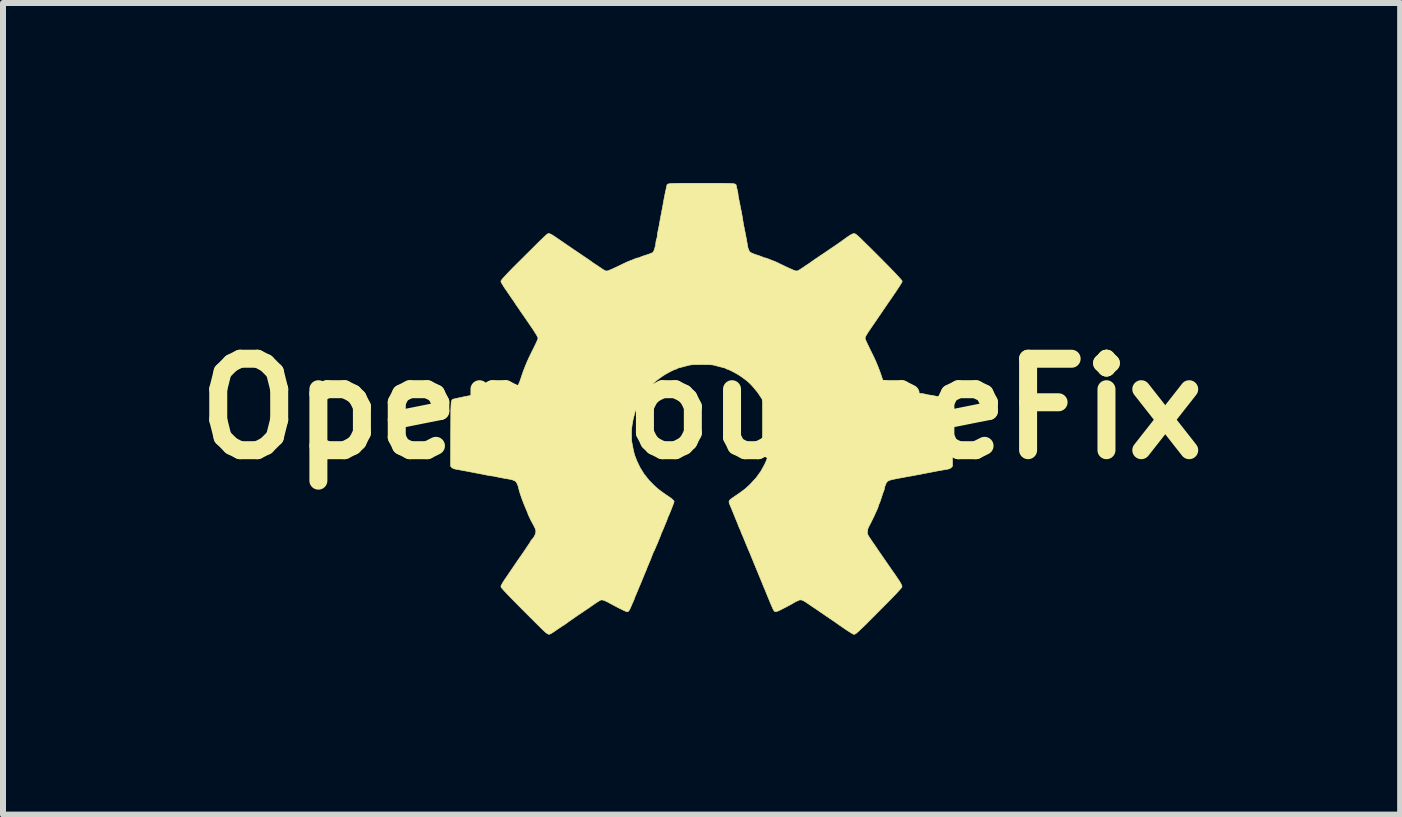
<source format=kicad_pcb>
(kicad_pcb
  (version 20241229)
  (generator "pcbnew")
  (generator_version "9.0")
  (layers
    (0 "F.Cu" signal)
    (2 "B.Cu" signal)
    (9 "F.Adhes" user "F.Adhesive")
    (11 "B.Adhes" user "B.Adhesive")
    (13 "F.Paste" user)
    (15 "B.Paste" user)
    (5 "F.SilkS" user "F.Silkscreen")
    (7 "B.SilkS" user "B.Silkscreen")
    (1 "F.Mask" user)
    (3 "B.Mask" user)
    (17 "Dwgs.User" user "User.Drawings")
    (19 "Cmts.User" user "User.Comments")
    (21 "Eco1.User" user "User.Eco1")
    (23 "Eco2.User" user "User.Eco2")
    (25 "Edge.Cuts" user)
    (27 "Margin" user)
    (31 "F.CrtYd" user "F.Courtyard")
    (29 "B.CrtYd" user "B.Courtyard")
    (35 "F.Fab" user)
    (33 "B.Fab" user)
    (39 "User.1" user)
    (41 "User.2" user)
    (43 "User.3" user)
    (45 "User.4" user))
  (footprint "OpenSourceFix"
    (layer "F.Cu")
    (at 8.643 3.764)
    (property "Reference" "OpenSourceFix" (at 0 0 0) (layer "F.SilkS") (effects (font (size 1.524 1.524) (thickness 0.3))))
    (attr through_hole)
    (fp_poly (pts (xy 0.209 -3.759) (xy 0.29 -3.759) (xy 0.359 -3.759) (xy 0.416 -3.758) (xy 0.461 -3.757) (xy 0.497 -3.755) (xy 0.525 -3.753) (xy 0.545 -3.75) (xy 0.559 -3.746) (xy 0.568 -3.741) (xy 0.574 -3.735) (xy 0.577 -3.728) (xy 0.579 -3.719) (xy 0.581 -3.71) (xy 0.585 -3.689) (xy 0.592 -3.66) (xy 0.598 -3.638) (xy 0.604 -3.608) (xy 0.608 -3.582) (xy 0.609 -3.57) (xy 0.611 -3.553) (xy 0.616 -3.525) (xy 0.622 -3.492) (xy 0.623 -3.488) (xy 0.631 -3.446) (xy 0.641 -3.4) (xy 0.647 -3.365) (xy 0.655 -3.326) (xy 0.664 -3.284) (xy 0.669 -3.255) (xy 0.676 -3.218) (xy 0.683 -3.177) (xy 0.686 -3.158) (xy 0.689 -3.136) (xy 0.693 -3.113) (xy 0.697 -3.086) (xy 0.704 -3.051) (xy 0.713 -3.006) (xy 0.724 -2.951) (xy 0.735 -2.894) (xy 0.744 -2.85) (xy 0.75 -2.817) (xy 0.754 -2.792) (xy 0.758 -2.771) (xy 0.761 -2.752) (xy 0.762 -2.743) (xy 0.773 -2.687) (xy 0.787 -2.645) (xy 0.805 -2.616) (xy 0.808 -2.614) (xy 0.825 -2.602) (xy 0.855 -2.588) (xy 0.895 -2.573) (xy 0.915 -2.566) (xy 0.954 -2.554) (xy 0.988 -2.541) (xy 1.015 -2.531) (xy 1.026 -2.526) (xy 1.046 -2.518) (xy 1.061 -2.515) (xy 1.078 -2.511) (xy 1.1 -2.504) (xy 1.102 -2.503) (xy 1.128 -2.492) (xy 1.159 -2.48) (xy 1.168 -2.476) (xy 1.195 -2.466) (xy 1.217 -2.458) (xy 1.223 -2.455) (xy 1.236 -2.45) (xy 1.262 -2.438) (xy 1.296 -2.421) (xy 1.338 -2.401) (xy 1.38 -2.381) (xy 1.427 -2.358) (xy 1.472 -2.338) (xy 1.51 -2.321) (xy 1.539 -2.308) (xy 1.555 -2.303) (xy 1.57 -2.299) (xy 1.583 -2.297) (xy 1.597 -2.299) (xy 1.613 -2.306) (xy 1.636 -2.318) (xy 1.666 -2.338) (xy 1.708 -2.366) (xy 1.713 -2.37) (xy 1.747 -2.393) (xy 1.777 -2.412) (xy 1.799 -2.427) (xy 1.81 -2.434) (xy 1.824 -2.444) (xy 1.829 -2.448) (xy 1.833 -2.451) (xy 1.845 -2.46) (xy 1.864 -2.473) (xy 1.892 -2.493) (xy 1.93 -2.518) (xy 1.978 -2.551) (xy 2.038 -2.591) (xy 2.11 -2.64) (xy 2.193 -2.696) (xy 2.236 -2.725) (xy 2.278 -2.754) (xy 2.315 -2.78) (xy 2.344 -2.801) (xy 2.354 -2.808) (xy 2.406 -2.846) (xy 2.448 -2.875) (xy 2.48 -2.896) (xy 2.504 -2.909) (xy 2.522 -2.917) (xy 2.537 -2.92) (xy 2.542 -2.921) (xy 2.551 -2.919) (xy 2.562 -2.915) (xy 2.576 -2.906) (xy 2.594 -2.892) (xy 2.618 -2.87) (xy 2.65 -2.841) (xy 2.69 -2.801) (xy 2.739 -2.753) (xy 2.83 -2.664) (xy 2.915 -2.579) (xy 2.995 -2.499) (xy 3.068 -2.425) (xy 3.135 -2.357) (xy 3.193 -2.297) (xy 3.243 -2.244) (xy 3.284 -2.2) (xy 3.315 -2.166) (xy 3.335 -2.142) (xy 3.344 -2.129) (xy 3.344 -2.127) (xy 3.343 -2.12) (xy 3.338 -2.11) (xy 3.33 -2.094) (xy 3.316 -2.072) (xy 3.298 -2.042) (xy 3.272 -2.004) (xy 3.241 -1.956) (xy 3.201 -1.898) (xy 3.153 -1.827) (xy 3.113 -1.77) (xy 3.08 -1.721) (xy 3.045 -1.67) (xy 3.012 -1.622) (xy 2.984 -1.58) (xy 2.968 -1.558) (xy 2.943 -1.521) (xy 2.912 -1.475) (xy 2.878 -1.425) (xy 2.845 -1.377) (xy 2.836 -1.365) (xy 2.8 -1.311) (xy 2.772 -1.27) (xy 2.753 -1.238) (xy 2.739 -1.215) (xy 2.731 -1.197) (xy 2.727 -1.183) (xy 2.726 -1.174) (xy 2.73 -1.161) (xy 2.74 -1.136) (xy 2.756 -1.1) (xy 2.777 -1.057) (xy 2.8 -1.008) (xy 2.813 -0.982) (xy 2.86 -0.887) (xy 2.9 -0.802) (xy 2.933 -0.723) (xy 2.963 -0.647) (xy 2.991 -0.569) (xy 2.997 -0.55) (xy 3.016 -0.493) (xy 3.032 -0.45) (xy 3.045 -0.418) (xy 3.057 -0.396) (xy 3.068 -0.382) (xy 3.08 -0.372) (xy 3.085 -0.369) (xy 3.107 -0.361) (xy 3.138 -0.352) (xy 3.173 -0.344) (xy 3.175 -0.344) (xy 3.215 -0.336) (xy 3.257 -0.328) (xy 3.289 -0.321) (xy 3.327 -0.314) (xy 3.367 -0.308) (xy 3.387 -0.305) (xy 3.457 -0.294) (xy 3.527 -0.281) (xy 3.588 -0.267) (xy 3.592 -0.266) (xy 3.624 -0.259) (xy 3.654 -0.255) (xy 3.669 -0.254) (xy 3.697 -0.251) (xy 3.722 -0.245) (xy 3.743 -0.24) (xy 3.774 -0.233) (xy 3.802 -0.229) (xy 3.831 -0.225) (xy 3.861 -0.22) (xy 3.894 -0.213) (xy 3.936 -0.205) (xy 3.988 -0.194) (xy 4.013 -0.189) (xy 4.064 -0.178) (xy 4.101 -0.17) (xy 4.127 -0.163) (xy 4.144 -0.156) (xy 4.156 -0.149) (xy 4.163 -0.142) (xy 4.166 -0.138) (xy 4.169 -0.132) (xy 4.171 -0.122) (xy 4.173 -0.109) (xy 4.175 -0.089) (xy 4.176 -0.062) (xy 4.177 -0.028) (xy 4.178 0.016) (xy 4.179 0.071) (xy 4.179 0.138) (xy 4.18 0.219) (xy 4.18 0.313) (xy 4.181 0.415) (xy 4.183 0.955) (xy 4.164 0.977) (xy 4.146 0.991) (xy 4.119 1.002) (xy 4.089 1.008) (xy 4.015 1.021) (xy 3.93 1.036) (xy 3.843 1.053) (xy 3.833 1.055) (xy 3.77 1.067) (xy 3.72 1.077) (xy 3.681 1.084) (xy 3.649 1.091) (xy 3.621 1.096) (xy 3.593 1.101) (xy 3.577 1.104) (xy 3.542 1.111) (xy 3.509 1.117) (xy 3.487 1.121) (xy 3.484 1.121) (xy 3.463 1.124) (xy 3.432 1.13) (xy 3.397 1.137) (xy 3.395 1.137) (xy 3.354 1.145) (xy 3.31 1.153) (xy 3.277 1.159) (xy 3.217 1.171) (xy 3.172 1.18) (xy 3.139 1.19) (xy 3.115 1.2) (xy 3.098 1.212) (xy 3.085 1.227) (xy 3.074 1.247) (xy 3.069 1.259) (xy 3.058 1.288) (xy 3.05 1.314) (xy 3.048 1.327) (xy 3.044 1.35) (xy 3.036 1.37) (xy 3.028 1.391) (xy 3.017 1.42) (xy 3.01 1.444) (xy 2.979 1.539) (xy 2.958 1.59) (xy 2.95 1.611) (xy 2.946 1.625) (xy 2.946 1.626) (xy 2.943 1.637) (xy 2.934 1.659) (xy 2.922 1.688) (xy 2.92 1.691) (xy 2.905 1.724) (xy 2.892 1.753) (xy 2.883 1.774) (xy 2.883 1.774) (xy 2.867 1.808) (xy 2.846 1.85) (xy 2.824 1.895) (xy 2.802 1.937) (xy 2.79 1.96) (xy 2.772 2.001) (xy 2.765 2.044) (xy 2.765 2.049) (xy 2.765 2.068) (xy 2.767 2.084) (xy 2.773 2.101) (xy 2.784 2.121) (xy 2.801 2.148) (xy 2.826 2.184) (xy 2.831 2.193) (xy 2.863 2.239) (xy 2.898 2.289) (xy 2.931 2.338) (xy 2.956 2.375) (xy 3.002 2.441) (xy 3.048 2.508) (xy 3.093 2.573) (xy 3.135 2.634) (xy 3.173 2.689) (xy 3.204 2.733) (xy 3.223 2.76) (xy 3.263 2.819) (xy 3.294 2.865) (xy 3.317 2.902) (xy 3.331 2.929) (xy 3.339 2.95) (xy 3.341 2.965) (xy 3.34 2.97) (xy 3.333 2.982) (xy 3.313 3.005) (xy 3.282 3.039) (xy 3.24 3.085) (xy 3.186 3.141) (xy 3.121 3.208) (xy 3.045 3.285) (xy 2.986 3.344) (xy 2.905 3.426) (xy 2.835 3.496) (xy 2.775 3.556) (xy 2.724 3.607) (xy 2.681 3.648) (xy 2.646 3.681) (xy 2.618 3.708) (xy 2.595 3.727) (xy 2.578 3.742) (xy 2.564 3.751) (xy 2.553 3.757) (xy 2.545 3.759) (xy 2.541 3.759) (xy 2.526 3.754) (xy 2.499 3.739) (xy 2.459 3.714) (xy 2.408 3.681) (xy 2.346 3.638) (xy 2.292 3.601) (xy 2.268 3.584) (xy 2.234 3.56) (xy 2.195 3.533) (xy 2.155 3.506) (xy 2.155 3.506) (xy 2.111 3.476) (xy 2.063 3.444) (xy 2.019 3.413) (xy 1.987 3.392) (xy 1.954 3.369) (xy 1.925 3.349) (xy 1.902 3.333) (xy 1.893 3.327) (xy 1.877 3.317) (xy 1.852 3.3) (xy 1.821 3.279) (xy 1.799 3.264) (xy 1.766 3.241) (xy 1.734 3.22) (xy 1.709 3.205) (xy 1.699 3.199) (xy 1.672 3.188) (xy 1.646 3.184) (xy 1.627 3.187) (xy 1.621 3.192) (xy 1.609 3.2) (xy 1.604 3.2) (xy 1.589 3.205) (xy 1.568 3.215) (xy 1.56 3.22) (xy 1.534 3.235) (xy 1.498 3.256) (xy 1.453 3.28) (xy 1.405 3.306) (xy 1.357 3.33) (xy 1.321 3.349) (xy 1.287 3.365) (xy 1.264 3.375) (xy 1.246 3.379) (xy 1.229 3.379) (xy 1.225 3.379) (xy 1.219 3.377) (xy 1.212 3.371) (xy 1.204 3.359) (xy 1.193 3.34) (xy 1.18 3.311) (xy 1.163 3.272) (xy 1.141 3.221) (xy 1.115 3.157) (xy 1.106 3.135) (xy 1.085 3.085) (xy 1.063 3.029) (xy 1.04 2.976) (xy 1.029 2.949) (xy 1.012 2.907) (xy 0.991 2.855) (xy 0.968 2.799) (xy 0.945 2.745) (xy 0.94 2.731) (xy 0.921 2.686) (xy 0.905 2.647) (xy 0.892 2.614) (xy 0.883 2.593) (xy 0.88 2.587) (xy 0.874 2.572) (xy 0.863 2.545) (xy 0.85 2.512) (xy 0.842 2.493) (xy 0.827 2.457) (xy 0.814 2.423) (xy 0.803 2.398) (xy 0.799 2.39) (xy 0.787 2.361) (xy 0.775 2.335) (xy 0.768 2.316) (xy 0.755 2.286) (xy 0.74 2.249) (xy 0.724 2.21) (xy 0.708 2.17) (xy 0.693 2.134) (xy 0.68 2.105) (xy 0.673 2.088) (xy 0.664 2.07) (xy 0.66 2.057) (xy 0.66 2.057) (xy 0.657 2.047) (xy 0.648 2.025) (xy 0.636 1.997) (xy 0.635 1.995) (xy 0.622 1.967) (xy 0.613 1.946) (xy 0.61 1.935) (xy 0.61 1.935) (xy 0.606 1.924) (xy 0.598 1.905) (xy 0.597 1.902) (xy 0.59 1.884) (xy 0.577 1.854) (xy 0.562 1.817) (xy 0.545 1.775) (xy 0.543 1.77) (xy 0.525 1.725) (xy 0.507 1.681) (xy 0.491 1.643) (xy 0.479 1.615) (xy 0.479 1.615) (xy 0.465 1.58) (xy 0.458 1.555) (xy 0.461 1.535) (xy 0.475 1.516) (xy 0.501 1.496) (xy 0.527 1.477) (xy 0.587 1.436) (xy 0.636 1.402) (xy 0.676 1.373) (xy 0.71 1.348) (xy 0.74 1.323) (xy 0.769 1.297) (xy 0.8 1.268) (xy 0.815 1.253) (xy 0.91 1.15) (xy 0.989 1.041) (xy 1.052 0.926) (xy 1.08 0.864) (xy 1.091 0.834) (xy 1.102 0.807) (xy 1.105 0.8) (xy 1.117 0.766) (xy 1.129 0.721) (xy 1.14 0.671) (xy 1.144 0.648) (xy 1.15 0.614) (xy 1.157 0.581) (xy 1.159 0.572) (xy 1.163 0.546) (xy 1.166 0.508) (xy 1.167 0.463) (xy 1.167 0.413) (xy 1.166 0.365) (xy 1.164 0.322) (xy 1.16 0.289) (xy 1.159 0.284) (xy 1.153 0.249) (xy 1.146 0.21) (xy 1.144 0.195) (xy 1.115 0.074) (xy 1.07 -0.045) (xy 1.01 -0.161) (xy 0.935 -0.274) (xy 0.845 -0.382) (xy 0.829 -0.399) (xy 0.8 -0.428) (xy 0.771 -0.454) (xy 0.736 -0.482) (xy 0.693 -0.514) (xy 0.649 -0.546) (xy 0.62 -0.564) (xy 0.585 -0.585) (xy 0.547 -0.606) (xy 0.509 -0.626) (xy 0.475 -0.643) (xy 0.448 -0.655) (xy 0.431 -0.66) (xy 0.43 -0.66) (xy 0.414 -0.666) (xy 0.409 -0.67) (xy 0.395 -0.678) (xy 0.372 -0.685) (xy 0.367 -0.686) (xy 0.344 -0.692) (xy 0.311 -0.7) (xy 0.273 -0.71) (xy 0.254 -0.715) (xy 0.225 -0.723) (xy 0.2 -0.729) (xy 0.175 -0.733) (xy 0.146 -0.735) (xy 0.111 -0.737) (xy 0.066 -0.737) (xy 0.008 -0.738) (xy 0 -0.738) (xy -0.06 -0.737) (xy -0.106 -0.737) (xy -0.143 -0.735) (xy -0.172 -0.733) (xy -0.197 -0.729) (xy -0.222 -0.724) (xy -0.25 -0.716) (xy -0.254 -0.715) (xy -0.293 -0.705) (xy -0.329 -0.695) (xy -0.358 -0.688) (xy -0.367 -0.686) (xy -0.39 -0.679) (xy -0.407 -0.671) (xy -0.409 -0.67) (xy -0.424 -0.661) (xy -0.43 -0.66) (xy -0.445 -0.656) (xy -0.471 -0.645) (xy -0.504 -0.629) (xy -0.542 -0.609) (xy -0.58 -0.588) (xy -0.616 -0.567) (xy -0.645 -0.548) (xy -0.649 -0.546) (xy -0.701 -0.509) (xy -0.742 -0.478) (xy -0.776 -0.45) (xy -0.805 -0.423) (xy -0.829 -0.399) (xy -0.921 -0.292) (xy -0.998 -0.18) (xy -1.061 -0.064) (xy -1.109 0.055) (xy -1.14 0.175) (xy -1.144 0.195) (xy -1.15 0.231) (xy -1.157 0.269) (xy -1.159 0.284) (xy -1.163 0.314) (xy -1.166 0.355) (xy -1.167 0.403) (xy -1.167 0.452) (xy -1.166 0.499) (xy -1.164 0.539) (xy -1.16 0.567) (xy -1.159 0.572) (xy -1.153 0.601) (xy -1.146 0.636) (xy -1.144 0.648) (xy -1.134 0.699) (xy -1.122 0.747) (xy -1.11 0.786) (xy -1.105 0.8) (xy -1.095 0.824) (xy -1.083 0.854) (xy -1.08 0.864) (xy -1.026 0.977) (xy -0.958 1.087) (xy -0.875 1.191) (xy -0.815 1.253) (xy -0.78 1.287) (xy -0.748 1.316) (xy -0.717 1.342) (xy -0.682 1.369) (xy -0.642 1.398) (xy -0.592 1.433) (xy -0.548 1.462) (xy -0.505 1.493) (xy -0.476 1.518) (xy -0.46 1.538) (xy -0.457 1.546) (xy -0.46 1.557) (xy -0.468 1.58) (xy -0.48 1.611) (xy -0.494 1.648) (xy -0.509 1.686) (xy -0.523 1.722) (xy -0.536 1.752) (xy -0.545 1.774) (xy -0.549 1.782) (xy -0.556 1.795) (xy -0.564 1.817) (xy -0.567 1.825) (xy -0.578 1.856) (xy -0.591 1.888) (xy -0.592 1.892) (xy -0.605 1.922) (xy -0.619 1.956) (xy -0.622 1.964) (xy -0.635 1.995) (xy -0.65 2.031) (xy -0.657 2.046) (xy -0.668 2.071) (xy -0.676 2.089) (xy -0.677 2.096) (xy -0.68 2.105) (xy -0.689 2.127) (xy -0.702 2.159) (xy -0.717 2.196) (xy -0.72 2.204) (xy -0.743 2.259) (xy -0.761 2.3) (xy -0.774 2.33) (xy -0.783 2.351) (xy -0.789 2.365) (xy -0.794 2.374) (xy -0.797 2.379) (xy -0.806 2.398) (xy -0.809 2.405) (xy -0.828 2.454) (xy -0.848 2.507) (xy -0.869 2.556) (xy -0.886 2.597) (xy -0.89 2.606) (xy -0.902 2.634) (xy -0.911 2.656) (xy -0.914 2.668) (xy -0.914 2.668) (xy -0.918 2.681) (xy -0.923 2.69) (xy -0.929 2.703) (xy -0.94 2.729) (xy -0.954 2.763) (xy -0.97 2.803) (xy -0.974 2.811) (xy -0.991 2.853) (xy -1.006 2.891) (xy -1.019 2.921) (xy -1.027 2.94) (xy -1.028 2.942) (xy -1.036 2.961) (xy -1.049 2.991) (xy -1.063 3.026) (xy -1.07 3.044) (xy -1.085 3.078) (xy -1.097 3.108) (xy -1.107 3.129) (xy -1.109 3.135) (xy -1.116 3.151) (xy -1.118 3.158) (xy -1.121 3.17) (xy -1.13 3.192) (xy -1.142 3.22) (xy -1.159 3.256) (xy -1.175 3.295) (xy -1.186 3.319) (xy -1.203 3.355) (xy -1.22 3.376) (xy -1.238 3.383) (xy -1.249 3.381) (xy -1.264 3.375) (xy -1.291 3.363) (xy -1.328 3.345) (xy -1.371 3.324) (xy -1.417 3.3) (xy -1.464 3.275) (xy -1.509 3.251) (xy -1.524 3.243) (xy -1.574 3.216) (xy -1.613 3.198) (xy -1.642 3.188) (xy -1.665 3.185) (xy -1.677 3.186) (xy -1.692 3.193) (xy -1.717 3.208) (xy -1.748 3.228) (xy -1.78 3.249) (xy -1.812 3.271) (xy -1.854 3.301) (xy -1.904 3.335) (xy -1.957 3.371) (xy -2.01 3.407) (xy -2.024 3.416) (xy -2.075 3.45) (xy -2.123 3.484) (xy -2.168 3.515) (xy -2.206 3.541) (xy -2.233 3.561) (xy -2.24 3.567) (xy -2.266 3.585) (xy -2.286 3.6) (xy -2.297 3.606) (xy -2.298 3.607) (xy -2.306 3.611) (xy -2.325 3.623) (xy -2.35 3.64) (xy -2.357 3.645) (xy -2.395 3.67) (xy -2.436 3.699) (xy -2.469 3.721) (xy -2.497 3.739) (xy -2.523 3.753) (xy -2.541 3.759) (xy -2.543 3.759) (xy -2.559 3.753) (xy -2.582 3.74) (xy -2.599 3.727) (xy -2.612 3.715) (xy -2.636 3.693) (xy -2.669 3.661) (xy -2.71 3.62) (xy -2.759 3.572) (xy -2.813 3.517) (xy -2.873 3.458) (xy -2.936 3.395) (xy -2.991 3.34) (xy -3.068 3.262) (xy -3.134 3.195) (xy -3.189 3.139) (xy -3.234 3.092) (xy -3.271 3.053) (xy -3.299 3.023) (xy -3.32 2.999) (xy -3.334 2.982) (xy -3.342 2.97) (xy -3.344 2.962) (xy -3.344 2.962) (xy -3.34 2.946) (xy -3.326 2.919) (xy -3.307 2.886) (xy -3.293 2.865) (xy -3.266 2.825) (xy -3.233 2.777) (xy -3.202 2.731) (xy -3.185 2.706) (xy -3.168 2.681) (xy -3.153 2.659) (xy -3.14 2.64) (xy -3.127 2.62) (xy -3.112 2.599) (xy -3.095 2.574) (xy -3.074 2.543) (xy -3.048 2.505) (xy -3.014 2.457) (xy -2.973 2.397) (xy -2.965 2.386) (xy -2.932 2.337) (xy -2.903 2.293) (xy -2.878 2.256) (xy -2.859 2.227) (xy -2.848 2.209) (xy -2.845 2.203) (xy -2.839 2.191) (xy -2.832 2.184) (xy -2.808 2.158) (xy -2.786 2.123) (xy -2.769 2.086) (xy -2.762 2.057) (xy -2.762 2.04) (xy -2.764 2.022) (xy -2.771 2) (xy -2.783 1.973) (xy -2.801 1.937) (xy -2.827 1.89) (xy -2.836 1.873) (xy -2.848 1.851) (xy -2.861 1.823) (xy -2.875 1.793) (xy -2.887 1.767) (xy -2.894 1.749) (xy -2.896 1.743) (xy -2.899 1.732) (xy -2.908 1.711) (xy -2.92 1.683) (xy -2.92 1.683) (xy -2.943 1.629) (xy -2.967 1.57) (xy -2.99 1.509) (xy -3.011 1.449) (xy -3.029 1.395) (xy -3.042 1.35) (xy -3.048 1.325) (xy -3.055 1.296) (xy -3.067 1.263) (xy -3.072 1.251) (xy -3.087 1.223) (xy -3.105 1.205) (xy -3.127 1.194) (xy -3.159 1.182) (xy -3.193 1.174) (xy -3.201 1.173) (xy -3.235 1.167) (xy -3.282 1.159) (xy -3.335 1.149) (xy -3.391 1.138) (xy -3.429 1.13) (xy -3.46 1.123) (xy -3.486 1.119) (xy -3.501 1.118) (xy -3.518 1.116) (xy -3.545 1.112) (xy -3.577 1.105) (xy -3.577 1.105) (xy -3.616 1.098) (xy -3.661 1.088) (xy -3.705 1.08) (xy -3.708 1.079) (xy -3.751 1.071) (xy -3.797 1.062) (xy -3.837 1.054) (xy -3.84 1.054) (xy -3.91 1.04) (xy -3.983 1.027) (xy -4.051 1.014) (xy -4.089 1.008) (xy -4.126 0.999) (xy -4.15 0.988) (xy -4.164 0.977) (xy -4.183 0.955) (xy -4.181 0.415) (xy -4.18 0.303) (xy -4.18 0.207) (xy -4.179 0.125) (xy -4.179 0.057) (xy -4.178 0.001) (xy -4.176 -0.045) (xy -4.174 -0.081) (xy -4.171 -0.108) (xy -4.167 -0.128) (xy -4.162 -0.143) (xy -4.155 -0.152) (xy -4.148 -0.158) (xy -4.138 -0.162) (xy -4.128 -0.164) (xy -4.115 -0.167) (xy -4.112 -0.167) (xy -4.08 -0.175) (xy -4.037 -0.184) (xy -3.988 -0.195) (xy -3.939 -0.205) (xy -3.892 -0.214) (xy -3.854 -0.221) (xy -3.831 -0.225) (xy -3.785 -0.233) (xy -3.731 -0.242) (xy -3.676 -0.252) (xy -3.626 -0.261) (xy -3.594 -0.267) (xy -3.558 -0.274) (xy -3.513 -0.282) (xy -3.467 -0.29) (xy -3.45 -0.292) (xy -3.408 -0.3) (xy -3.368 -0.308) (xy -3.334 -0.315) (xy -3.322 -0.318) (xy -3.293 -0.325) (xy -3.268 -0.329) (xy -3.259 -0.33) (xy -3.235 -0.332) (xy -3.2 -0.338) (xy -3.162 -0.347) (xy -3.125 -0.356) (xy -3.095 -0.366) (xy -3.085 -0.37) (xy -3.073 -0.378) (xy -3.061 -0.39) (xy -3.05 -0.408) (xy -3.038 -0.435) (xy -3.023 -0.473) (xy -3.006 -0.524) (xy -2.997 -0.55) (xy -2.97 -0.63) (xy -2.94 -0.706) (xy -2.908 -0.784) (xy -2.87 -0.867) (xy -2.825 -0.959) (xy -2.813 -0.982) (xy -2.788 -1.032) (xy -2.766 -1.078) (xy -2.748 -1.117) (xy -2.735 -1.147) (xy -2.727 -1.166) (xy -2.726 -1.17) (xy -2.727 -1.18) (xy -2.731 -1.192) (xy -2.738 -1.207) (xy -2.748 -1.227) (xy -2.764 -1.253) (xy -2.785 -1.286) (xy -2.812 -1.328) (xy -2.847 -1.379) (xy -2.889 -1.441) (xy -2.94 -1.515) (xy -2.971 -1.56) (xy -2.995 -1.594) (xy -3.025 -1.638) (xy -3.059 -1.688) (xy -3.093 -1.737) (xy -3.111 -1.765) (xy -3.146 -1.817) (xy -3.185 -1.873) (xy -3.223 -1.929) (xy -3.257 -1.979) (xy -3.271 -1.998) (xy -3.298 -2.039) (xy -3.32 -2.075) (xy -3.336 -2.103) (xy -3.344 -2.121) (xy -3.344 -2.124) (xy -3.342 -2.132) (xy -3.335 -2.144) (xy -3.322 -2.162) (xy -3.302 -2.184) (xy -3.276 -2.213) (xy -3.242 -2.249) (xy -3.2 -2.293) (xy -3.149 -2.346) (xy -3.088 -2.407) (xy -3.016 -2.478) (xy -2.934 -2.56) (xy -2.862 -2.631) (xy -2.795 -2.698) (xy -2.74 -2.753) (xy -2.694 -2.798) (xy -2.656 -2.834) (xy -2.627 -2.863) (xy -2.604 -2.884) (xy -2.587 -2.9) (xy -2.574 -2.91) (xy -2.564 -2.916) (xy -2.556 -2.92) (xy -2.55 -2.921) (xy -2.544 -2.921) (xy -2.542 -2.921) (xy -2.522 -2.915) (xy -2.491 -2.899) (xy -2.45 -2.873) (xy -2.434 -2.862) (xy -2.386 -2.829) (xy -2.327 -2.789) (xy -2.262 -2.744) (xy -2.193 -2.697) (xy -2.125 -2.65) (xy -2.059 -2.606) (xy -2 -2.566) (xy -1.95 -2.532) (xy -1.941 -2.526) (xy -1.905 -2.502) (xy -1.874 -2.481) (xy -1.85 -2.464) (xy -1.837 -2.454) (xy -1.837 -2.454) (xy -1.818 -2.44) (xy -1.81 -2.434) (xy -1.797 -2.426) (xy -1.775 -2.411) (xy -1.744 -2.391) (xy -1.713 -2.37) (xy -1.67 -2.341) (xy -1.638 -2.32) (xy -1.615 -2.307) (xy -1.598 -2.299) (xy -1.584 -2.297) (xy -1.571 -2.298) (xy -1.556 -2.302) (xy -1.555 -2.303) (xy -1.536 -2.31) (xy -1.505 -2.323) (xy -1.465 -2.341) (xy -1.42 -2.362) (xy -1.38 -2.381) (xy -1.334 -2.403) (xy -1.293 -2.423) (xy -1.259 -2.439) (xy -1.235 -2.45) (xy -1.223 -2.455) (xy -1.205 -2.462) (xy -1.18 -2.472) (xy -1.168 -2.476) (xy -1.138 -2.488) (xy -1.11 -2.5) (xy -1.102 -2.503) (xy -1.08 -2.511) (xy -1.063 -2.515) (xy -1.061 -2.515) (xy -1.045 -2.518) (xy -1.026 -2.526) (xy -1.008 -2.534) (xy -0.979 -2.545) (xy -0.943 -2.557) (xy -0.914 -2.566) (xy -0.876 -2.579) (xy -0.843 -2.591) (xy -0.82 -2.602) (xy -0.81 -2.608) (xy -0.799 -2.624) (xy -0.788 -2.652) (xy -0.777 -2.687) (xy -0.768 -2.722) (xy -0.763 -2.753) (xy -0.762 -2.765) (xy -0.759 -2.79) (xy -0.752 -2.82) (xy -0.749 -2.828) (xy -0.741 -2.856) (xy -0.737 -2.883) (xy -0.737 -2.889) (xy -0.735 -2.91) (xy -0.73 -2.941) (xy -0.725 -2.966) (xy -0.718 -2.999) (xy -0.709 -3.041) (xy -0.701 -3.085) (xy -0.699 -3.099) (xy -0.691 -3.143) (xy -0.683 -3.189) (xy -0.675 -3.229) (xy -0.673 -3.238) (xy -0.658 -3.319) (xy -0.645 -3.387) (xy -0.635 -3.442) (xy -0.634 -3.45) (xy -0.626 -3.493) (xy -0.616 -3.546) (xy -0.605 -3.599) (xy -0.595 -3.646) (xy -0.594 -3.649) (xy -0.588 -3.678) (xy -0.582 -3.704) (xy -0.58 -3.71) (xy -0.579 -3.72) (xy -0.577 -3.728) (xy -0.574 -3.735) (xy -0.568 -3.741) (xy -0.559 -3.746) (xy -0.545 -3.75) (xy -0.524 -3.753) (xy -0.497 -3.755) (xy -0.461 -3.757) (xy -0.415 -3.758) (xy -0.358 -3.759) (xy -0.289 -3.759) (xy -0.207 -3.759) (xy -0.11 -3.759) (xy -0.000001 -3.759) (xy 0.112 -3.759) (xy 0.209 -3.759)) (stroke (width 0.01) (type solid)) (fill yes) (layer "F.SilkS")))
  (gr_rect
    (start -3 -3)
    (end 20.287 10.528)
    (stroke (width 0.1) (type default))
    (fill no)
    (layer "Edge.Cuts")))
</source>
